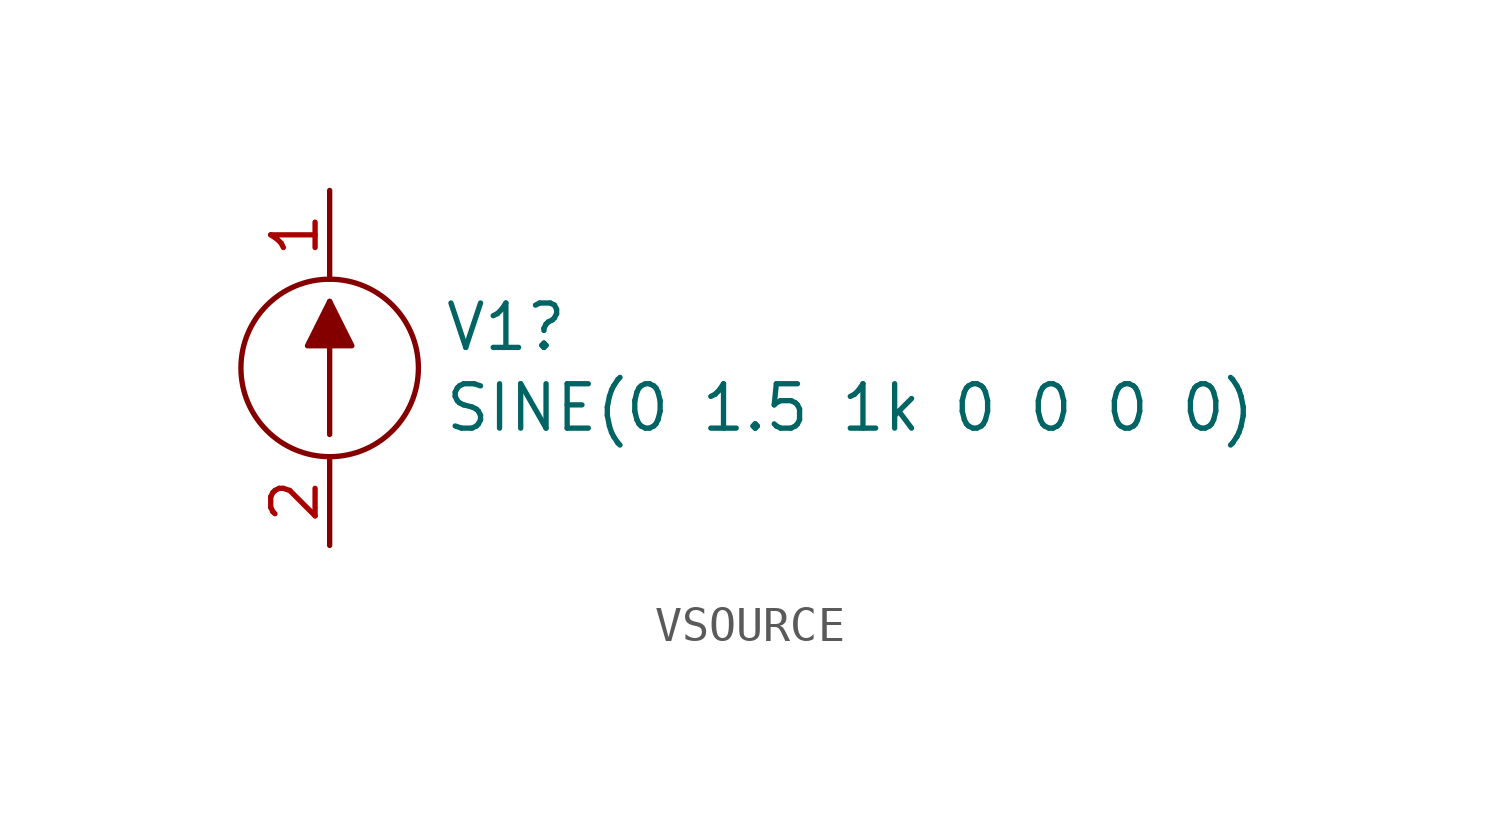
<source format=kicad_sym>
(kicad_symbol_lib
  (version 20241209)
  (generator "kicad_symbol_editor")
  (generator_version "9.0")
  (symbol "VSOURCE"
    (pin_names
      (offset 1.016))
    (property "Reference" "V1"
      (at 3.251 1.168 0)
      (effects (font (size 1.27 1.27)) (justify left)))
    (property "Value" "SINE(0 1.5 1k 0 0 0 0)"
      (at 3.251 -1.143 0)
      (effects (font (size 1.27 1.27)) (justify left)))
    (property "Footprint" ""
      (at 0 0 0)
      (effects (font (size 1.27 1.27))))
    (property "Datasheet" ""
      (at 0 0 0)
      (effects (font (size 1.27 1.27))))
    (property "Description" ""
      (at 0 0 0)
      (effects (font (size 1.27 1.27))))
    (symbol "VSOURCE_0_1"
      (polyline (pts (xy 0 1.905) (xy -0.635 0.635) (xy 0.635 0.635) (xy 0 1.905)) (stroke (width 0) (type default)) (fill (type outline)))
      (circle (center 0 0) (radius 2.54) (stroke (width 0) (type default)) (fill (type none)))
      (polyline (pts (xy 0 -1.905) (xy 0 1.905)) (stroke (width 0) (type default)) (fill (type none))))
    (symbol "VSOURCE_1_1"
      (pin input line (at 0 5.08 270) (length 2.54) (name "~" (effects (font (size 1.27 1.27)))) (number "1" (effects (font (size 1.27 1.27)))))
      (pin input line (at 0 -5.08 90) (length 2.54) (name "~" (effects (font (size 1.27 1.27)))) (number "2" (effects (font (size 1.27 1.27))))))))
</source>
